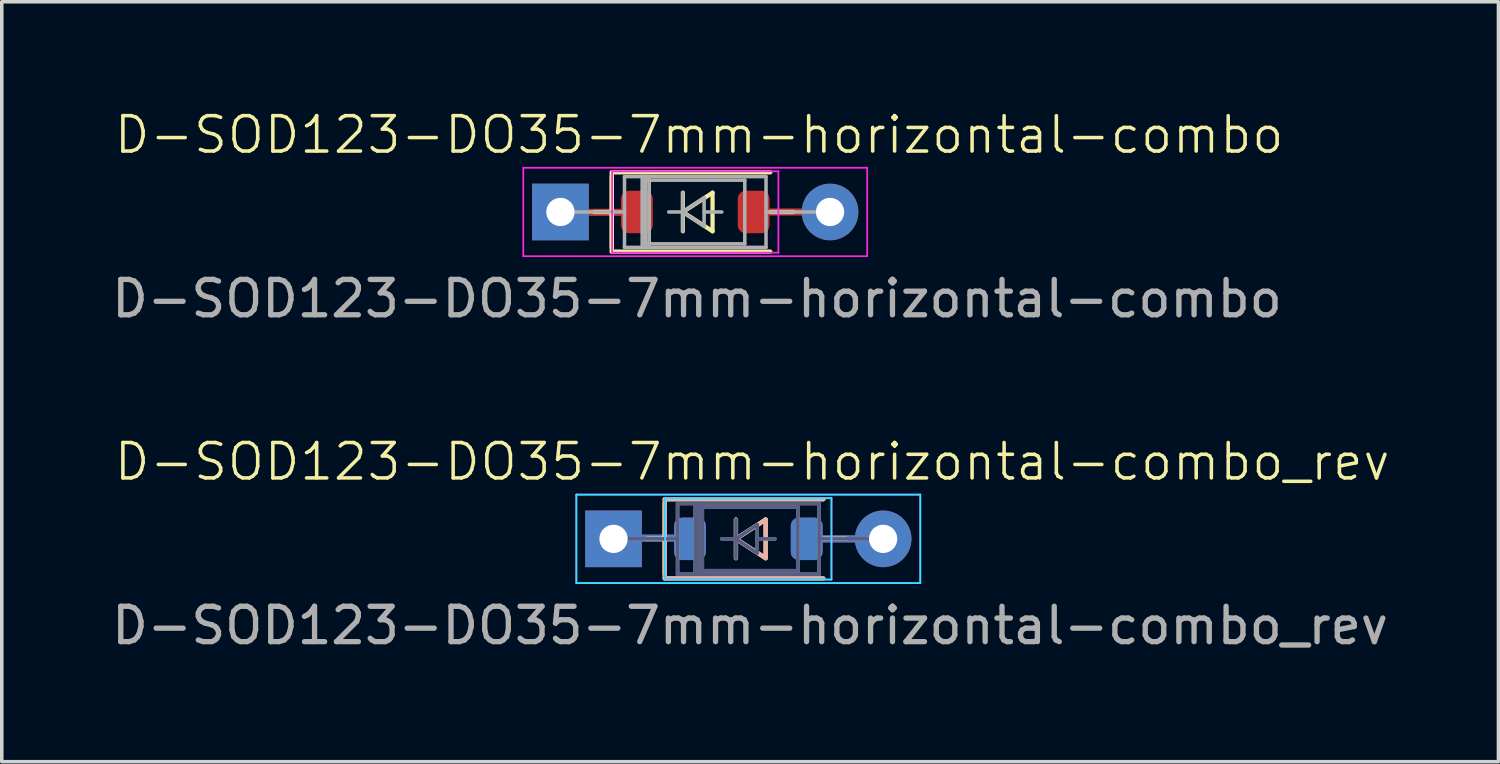
<source format=kicad_pcb>
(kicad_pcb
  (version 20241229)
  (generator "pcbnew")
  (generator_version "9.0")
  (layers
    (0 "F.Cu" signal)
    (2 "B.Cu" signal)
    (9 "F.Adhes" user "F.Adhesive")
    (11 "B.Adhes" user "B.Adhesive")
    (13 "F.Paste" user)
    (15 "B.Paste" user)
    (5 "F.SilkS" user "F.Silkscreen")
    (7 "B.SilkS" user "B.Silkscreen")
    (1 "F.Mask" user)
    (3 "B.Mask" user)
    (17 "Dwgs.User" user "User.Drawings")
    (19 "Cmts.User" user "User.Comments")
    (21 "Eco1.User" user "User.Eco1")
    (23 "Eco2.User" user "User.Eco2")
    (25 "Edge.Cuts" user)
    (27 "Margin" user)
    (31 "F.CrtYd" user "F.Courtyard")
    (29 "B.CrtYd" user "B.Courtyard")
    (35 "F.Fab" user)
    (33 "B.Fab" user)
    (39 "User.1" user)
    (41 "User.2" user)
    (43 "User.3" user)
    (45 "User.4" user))
  (footprint "D-SOD123-DO35-7mm-horizontal-combo_rev"
    (layer "F.Cu")
    (at 18.099 12.179)
    (property "Reference" "D-SOD123-DO35-7mm-horizontal-combo_rev" (at 0.11 -2.18 0) (unlocked yes) (layer "F.SilkS") (effects (font (size 1 1) (thickness 0.1))))
    (attr through_hole)
    (fp_line (start -2.86 0) (end -2.36 0) (stroke (width 0.12) (type solid)) (layer "F.SilkS"))
    (fp_line (start -2.36 -1.12) (end -2.36 1.12) (stroke (width 0.12) (type solid)) (layer "F.SilkS"))
    (fp_line (start -2.36 -1) (end -2.36 1) (stroke (width 0.12) (type solid)) (layer "F.SilkS"))
    (fp_line (start -2.36 1.12) (end 2.12 1.12) (stroke (width 0.12) (type solid)) (layer "F.SilkS"))
    (fp_line (start -0.35 0) (end 0.489 -0.545) (stroke (width 0.12) (type default)) (layer "F.SilkS"))
    (fp_line (start -0.35 0) (end 0.489 0.545) (stroke (width 0.12) (type default)) (layer "F.SilkS"))
    (fp_line (start -0.35 0.545) (end -0.35 -0.545) (stroke (width 0.12) (type default)) (layer "F.SilkS"))
    (fp_line (start 0.489 0.545) (end 0.489 -0.545) (stroke (width 0.12) (type default)) (layer "F.SilkS"))
    (fp_line (start 2.12 -1.12) (end -2.36 -1.12) (stroke (width 0.12) (type solid)) (layer "F.SilkS"))
    (fp_line (start 2.77 0) (end 2.12 0) (stroke (width 0.12) (type solid)) (layer "F.SilkS"))
    (fp_line (start -2.86 0) (end -2.36 0) (stroke (width 0.12) (type solid)) (layer "B.SilkS"))
    (fp_line (start -2.36 -1.12) (end 2.12 -1.12) (stroke (width 0.12) (type solid)) (layer "B.SilkS"))
    (fp_line (start -2.36 1) (end -2.36 -1) (stroke (width 0.12) (type solid)) (layer "B.SilkS"))
    (fp_line (start -2.36 1.12) (end -2.36 -1.12) (stroke (width 0.12) (type solid)) (layer "B.SilkS"))
    (fp_line (start -0.35 -0.545) (end -0.35 0.545) (stroke (width 0.12) (type default)) (layer "B.SilkS"))
    (fp_line (start -0.35 0) (end 0.489 -0.545) (stroke (width 0.12) (type default)) (layer "B.SilkS"))
    (fp_line (start -0.35 0) (end 0.489 0.545) (stroke (width 0.12) (type default)) (layer "B.SilkS"))
    (fp_line (start 0.489 -0.545) (end 0.489 0.545) (stroke (width 0.12) (type default)) (layer "B.SilkS"))
    (fp_line (start 2.12 1.12) (end -2.36 1.12) (stroke (width 0.12) (type solid)) (layer "B.SilkS"))
    (fp_line (start 2.77 0) (end 2.12 0) (stroke (width 0.12) (type solid)) (layer "B.SilkS"))
    (fp_line (start -4.86 -1.25) (end 4.86 -1.25) (stroke (width 0.05) (type solid)) (layer "B.CrtYd"))
    (fp_line (start -4.86 1.25) (end -4.86 -1.25) (stroke (width 0.05) (type solid)) (layer "B.CrtYd"))
    (fp_line (start -2.35 1.15) (end -2.35 -1.15) (stroke (width 0.05) (type solid)) (layer "B.CrtYd"))
    (fp_line (start -2.35 1.15) (end 2.35 1.15) (stroke (width 0.05) (type solid)) (layer "B.CrtYd"))
    (fp_line (start 2.35 -1.15) (end -2.35 -1.15) (stroke (width 0.05) (type solid)) (layer "B.CrtYd"))
    (fp_line (start 2.35 1.15) (end 2.35 -1.15) (stroke (width 0.05) (type solid)) (layer "B.CrtYd"))
    (fp_line (start 4.86 -1.25) (end 4.86 1.25) (stroke (width 0.05) (type solid)) (layer "B.CrtYd"))
    (fp_line (start 4.86 1.25) (end -4.86 1.25) (stroke (width 0.05) (type solid)) (layer "B.CrtYd"))
    (fp_line (start -4.86 -1.25) (end -4.86 1.25) (stroke (width 0.05) (type solid)) (layer "F.CrtYd"))
    (fp_line (start -4.86 1.25) (end 4.86 1.25) (stroke (width 0.05) (type solid)) (layer "F.CrtYd"))
    (fp_line (start -2.35 -1.15) (end -2.35 1.15) (stroke (width 0.05) (type solid)) (layer "F.CrtYd"))
    (fp_line (start -2.35 -1.15) (end 2.35 -1.15) (stroke (width 0.05) (type solid)) (layer "F.CrtYd"))
    (fp_line (start 2.35 -1.15) (end 2.35 1.15) (stroke (width 0.05) (type solid)) (layer "F.CrtYd"))
    (fp_line (start 2.35 1.15) (end -2.35 1.15) (stroke (width 0.05) (type solid)) (layer "F.CrtYd"))
    (fp_line (start 4.86 -1.25) (end -4.86 -1.25) (stroke (width 0.05) (type solid)) (layer "F.CrtYd"))
    (fp_line (start 4.86 1.25) (end 4.86 -1.25) (stroke (width 0.05) (type solid)) (layer "F.CrtYd"))
    (fp_line (start -3.81 0) (end -2 0) (stroke (width 0.1) (type solid)) (layer "B.Fab"))
    (fp_line (start -2 -1) (end 2 -1) (stroke (width 0.1) (type solid)) (layer "B.Fab"))
    (fp_line (start -2 1) (end -2 -1) (stroke (width 0.1) (type solid)) (layer "B.Fab"))
    (fp_line (start -1.5 1) (end -1.5 -1) (stroke (width 0.1) (type solid)) (layer "B.Fab"))
    (fp_line (start -1.4 -0.9) (end -1.4 0.9) (stroke (width 0.1) (type solid)) (layer "B.Fab"))
    (fp_line (start -1.4 0.9) (end 1.4 0.9) (stroke (width 0.1) (type solid)) (layer "B.Fab"))
    (fp_line (start -1.4 1) (end -1.4 -1) (stroke (width 0.1) (type solid)) (layer "B.Fab"))
    (fp_line (start -1.3 1) (end -1.3 -1) (stroke (width 0.1) (type solid)) (layer "B.Fab"))
    (fp_line (start -0.75 0) (end -0.35 0) (stroke (width 0.1) (type solid)) (layer "B.Fab"))
    (fp_line (start -0.35 0) (end -0.35 -0.55) (stroke (width 0.1) (type solid)) (layer "B.Fab"))
    (fp_line (start -0.35 0) (end -0.35 0.55) (stroke (width 0.1) (type solid)) (layer "B.Fab"))
    (fp_line (start -0.35 0) (end 0.25 0.4) (stroke (width 0.1) (type solid)) (layer "B.Fab"))
    (fp_line (start 0.25 -0.4) (end -0.35 0) (stroke (width 0.1) (type solid)) (layer "B.Fab"))
    (fp_line (start 0.25 0) (end 0.75 0) (stroke (width 0.1) (type solid)) (layer "B.Fab"))
    (fp_line (start 0.25 0.4) (end 0.25 -0.4) (stroke (width 0.1) (type solid)) (layer "B.Fab"))
    (fp_line (start 1.4 -0.9) (end -1.4 -0.9) (stroke (width 0.1) (type solid)) (layer "B.Fab"))
    (fp_line (start 1.4 0.9) (end 1.4 -0.9) (stroke (width 0.1) (type solid)) (layer "B.Fab"))
    (fp_line (start 2 -1) (end 2 1) (stroke (width 0.1) (type solid)) (layer "B.Fab"))
    (fp_line (start 2 1) (end -2 1) (stroke (width 0.1) (type solid)) (layer "B.Fab"))
    (fp_line (start 3.81 0) (end 2 0) (stroke (width 0.1) (type solid)) (layer "B.Fab"))
    (fp_line (start -3.81 0) (end -2 0) (stroke (width 0.1) (type solid)) (layer "F.Fab"))
    (fp_line (start -2 -1) (end -2 1) (stroke (width 0.1) (type solid)) (layer "F.Fab"))
    (fp_line (start -2 1) (end 2 1) (stroke (width 0.1) (type solid)) (layer "F.Fab"))
    (fp_line (start -1.5 -1) (end -1.5 1) (stroke (width 0.1) (type solid)) (layer "F.Fab"))
    (fp_line (start -1.4 -1) (end -1.4 1) (stroke (width 0.1) (type solid)) (layer "F.Fab"))
    (fp_line (start -1.4 -0.9) (end 1.4 -0.9) (stroke (width 0.1) (type solid)) (layer "F.Fab"))
    (fp_line (start -1.4 0.9) (end -1.4 -0.9) (stroke (width 0.1) (type solid)) (layer "F.Fab"))
    (fp_line (start -1.3 -1) (end -1.3 1) (stroke (width 0.1) (type solid)) (layer "F.Fab"))
    (fp_line (start -0.75 0) (end -0.35 0) (stroke (width 0.1) (type solid)) (layer "F.Fab"))
    (fp_line (start -0.35 0) (end -0.35 -0.55) (stroke (width 0.1) (type solid)) (layer "F.Fab"))
    (fp_line (start -0.35 0) (end -0.35 0.55) (stroke (width 0.1) (type solid)) (layer "F.Fab"))
    (fp_line (start -0.35 0) (end 0.25 -0.4) (stroke (width 0.1) (type solid)) (layer "F.Fab"))
    (fp_line (start 0.25 -0.4) (end 0.25 0.4) (stroke (width 0.1) (type solid)) (layer "F.Fab"))
    (fp_line (start 0.25 0) (end 0.75 0) (stroke (width 0.1) (type solid)) (layer "F.Fab"))
    (fp_line (start 0.25 0.4) (end -0.35 0) (stroke (width 0.1) (type solid)) (layer "F.Fab"))
    (fp_line (start 1.4 -0.9) (end 1.4 0.9) (stroke (width 0.1) (type solid)) (layer "F.Fab"))
    (fp_line (start 1.4 0.9) (end -1.4 0.9) (stroke (width 0.1) (type solid)) (layer "F.Fab"))
    (fp_line (start 2 -1) (end -2 -1) (stroke (width 0.1) (type solid)) (layer "F.Fab"))
    (fp_line (start 2 1) (end 2 -1) (stroke (width 0.1) (type solid)) (layer "F.Fab"))
    (fp_line (start 3.81 0) (end 2 0) (stroke (width 0.1) (type solid)) (layer "F.Fab"))
    (fp_text user "${REFERENCE}" (at 0.05 2.45 0) (unlocked yes) (layer "F.Fab") (effects (font (size 1 1) (thickness 0.15))))
    (pad "1" thru_hole rect (at -3.81 0) (size 1.6 1.6) (drill 0.8) (layers "*.Cu" "*.Mask"))
    (pad "1" smd rect (at -2.59 -0.02 180) (size 2 0.2) (layers "B.Cu" "B.Mask" "B.Paste"))
    (pad "1" smd rect (at -2.58 -0.02 180) (size 2 0.2) (layers "F.Cu" "F.Mask" "F.Paste"))
    (pad "1" smd roundrect (at -1.65 0) (size 0.9 1.2) (layers "F.Cu" "F.Mask" "F.Paste") (roundrect_rratio 0.25))
    (pad "1" smd roundrect (at -1.65 0 180) (size 0.9 1.2) (layers "B.Cu" "B.Mask" "B.Paste") (roundrect_rratio 0.25))
    (pad "2" smd roundrect (at 1.65 0) (size 0.9 1.2) (layers "F.Cu" "F.Mask" "F.Paste") (roundrect_rratio 0.25))
    (pad "2" smd roundrect (at 1.65 0 180) (size 0.9 1.2) (layers "B.Cu" "B.Mask" "B.Paste") (roundrect_rratio 0.25))
    (pad "2" smd rect (at 2.66 0 180) (size 2 0.2) (layers "B.Cu" "B.Mask" "B.Paste"))
    (pad "2" smd rect (at 2.68 0 180) (size 2 0.2) (layers "F.Cu" "F.Mask" "F.Paste"))
    (pad "2" thru_hole oval (at 3.81 0) (size 1.6 1.6) (drill 0.8) (layers "*.Cu" "*.Mask")))
  (footprint "D-SOD123-DO35-7mm-horizontal-combo"
    (layer "F.Cu")
    (at 16.599 2.941)
    (property "Reference" "D-SOD123-DO35-7mm-horizontal-combo" (at 0.11 -2.18 0) (unlocked yes) (layer "F.SilkS") (effects (font (size 1 1) (thickness 0.1))))
    (attr through_hole)
    (fp_line (start -2.86 0) (end -2.36 0) (stroke (width 0.12) (type solid)) (layer "F.SilkS"))
    (fp_line (start -2.36 -1.12) (end -2.36 1.12) (stroke (width 0.12) (type solid)) (layer "F.SilkS"))
    (fp_line (start -2.36 -1) (end -2.36 1) (stroke (width 0.12) (type solid)) (layer "F.SilkS"))
    (fp_line (start -2.36 1.12) (end 2.12 1.12) (stroke (width 0.12) (type solid)) (layer "F.SilkS"))
    (fp_line (start -0.35 0) (end 0.489 -0.545) (stroke (width 0.12) (type default)) (layer "F.SilkS"))
    (fp_line (start -0.35 0) (end 0.489 0.545) (stroke (width 0.12) (type default)) (layer "F.SilkS"))
    (fp_line (start -0.35 0.545) (end -0.35 -0.545) (stroke (width 0.12) (type default)) (layer "F.SilkS"))
    (fp_line (start 0.489 0.545) (end 0.489 -0.545) (stroke (width 0.12) (type default)) (layer "F.SilkS"))
    (fp_line (start 2.12 -1.12) (end -2.36 -1.12) (stroke (width 0.12) (type solid)) (layer "F.SilkS"))
    (fp_line (start 2.77 0) (end 2.12 0) (stroke (width 0.12) (type solid)) (layer "F.SilkS"))
    (fp_line (start -4.86 -1.25) (end -4.86 1.25) (stroke (width 0.05) (type solid)) (layer "F.CrtYd"))
    (fp_line (start -4.86 1.25) (end 4.86 1.25) (stroke (width 0.05) (type solid)) (layer "F.CrtYd"))
    (fp_line (start -2.35 -1.15) (end -2.35 1.15) (stroke (width 0.05) (type solid)) (layer "F.CrtYd"))
    (fp_line (start -2.35 -1.15) (end 2.35 -1.15) (stroke (width 0.05) (type solid)) (layer "F.CrtYd"))
    (fp_line (start 2.35 -1.15) (end 2.35 1.15) (stroke (width 0.05) (type solid)) (layer "F.CrtYd"))
    (fp_line (start 2.35 1.15) (end -2.35 1.15) (stroke (width 0.05) (type solid)) (layer "F.CrtYd"))
    (fp_line (start 4.86 -1.25) (end -4.86 -1.25) (stroke (width 0.05) (type solid)) (layer "F.CrtYd"))
    (fp_line (start 4.86 1.25) (end 4.86 -1.25) (stroke (width 0.05) (type solid)) (layer "F.CrtYd"))
    (fp_line (start -3.81 0) (end -2 0) (stroke (width 0.1) (type solid)) (layer "F.Fab"))
    (fp_line (start -2 -1) (end -2 1) (stroke (width 0.1) (type solid)) (layer "F.Fab"))
    (fp_line (start -2 1) (end 2 1) (stroke (width 0.1) (type solid)) (layer "F.Fab"))
    (fp_line (start -1.5 -1) (end -1.5 1) (stroke (width 0.1) (type solid)) (layer "F.Fab"))
    (fp_line (start -1.4 -1) (end -1.4 1) (stroke (width 0.1) (type solid)) (layer "F.Fab"))
    (fp_line (start -1.4 -0.9) (end 1.4 -0.9) (stroke (width 0.1) (type solid)) (layer "F.Fab"))
    (fp_line (start -1.4 0.9) (end -1.4 -0.9) (stroke (width 0.1) (type solid)) (layer "F.Fab"))
    (fp_line (start -1.3 -1) (end -1.3 1) (stroke (width 0.1) (type solid)) (layer "F.Fab"))
    (fp_line (start -0.75 0) (end -0.35 0) (stroke (width 0.1) (type solid)) (layer "F.Fab"))
    (fp_line (start -0.35 0) (end -0.35 -0.55) (stroke (width 0.1) (type solid)) (layer "F.Fab"))
    (fp_line (start -0.35 0) (end -0.35 0.55) (stroke (width 0.1) (type solid)) (layer "F.Fab"))
    (fp_line (start -0.35 0) (end 0.25 -0.4) (stroke (width 0.1) (type solid)) (layer "F.Fab"))
    (fp_line (start 0.25 -0.4) (end 0.25 0.4) (stroke (width 0.1) (type solid)) (layer "F.Fab"))
    (fp_line (start 0.25 0) (end 0.75 0) (stroke (width 0.1) (type solid)) (layer "F.Fab"))
    (fp_line (start 0.25 0.4) (end -0.35 0) (stroke (width 0.1) (type solid)) (layer "F.Fab"))
    (fp_line (start 1.4 -0.9) (end 1.4 0.9) (stroke (width 0.1) (type solid)) (layer "F.Fab"))
    (fp_line (start 1.4 0.9) (end -1.4 0.9) (stroke (width 0.1) (type solid)) (layer "F.Fab"))
    (fp_line (start 2 -1) (end -2 -1) (stroke (width 0.1) (type solid)) (layer "F.Fab"))
    (fp_line (start 2 1) (end 2 -1) (stroke (width 0.1) (type solid)) (layer "F.Fab"))
    (fp_line (start 3.81 0) (end 2 0) (stroke (width 0.1) (type solid)) (layer "F.Fab"))
    (fp_text user "${REFERENCE}" (at 0.05 2.45 0) (unlocked yes) (layer "F.Fab") (effects (font (size 1 1) (thickness 0.15))))
    (pad "1" thru_hole rect (at -3.81 0) (size 1.6 1.6) (drill 0.8) (layers "*.Cu" "*.Mask"))
    (pad "1" smd rect (at -2.61 0.01 180) (size 2 0.2) (layers "F.Cu" "F.Mask" "F.Paste"))
    (pad "1" smd roundrect (at -1.65 0) (size 0.9 1.2) (layers "F.Cu" "F.Mask" "F.Paste") (roundrect_rratio 0.25))
    (pad "2" smd roundrect (at 1.65 0) (size 0.9 1.2) (layers "F.Cu" "F.Mask" "F.Paste") (roundrect_rratio 0.25))
    (pad "2" smd rect (at 2.74 0 180) (size 2 0.2) (layers "F.Cu" "F.Mask" "F.Paste"))
    (pad "2" thru_hole oval (at 3.81 0) (size 1.6 1.6) (drill 0.8) (layers "*.Cu" "*.Mask")))
  (gr_rect
    (start -3 -3)
    (end 39.298 18.477)
    (stroke (width 0.1) (type default))
    (fill no)
    (layer "Edge.Cuts")))
</source>
